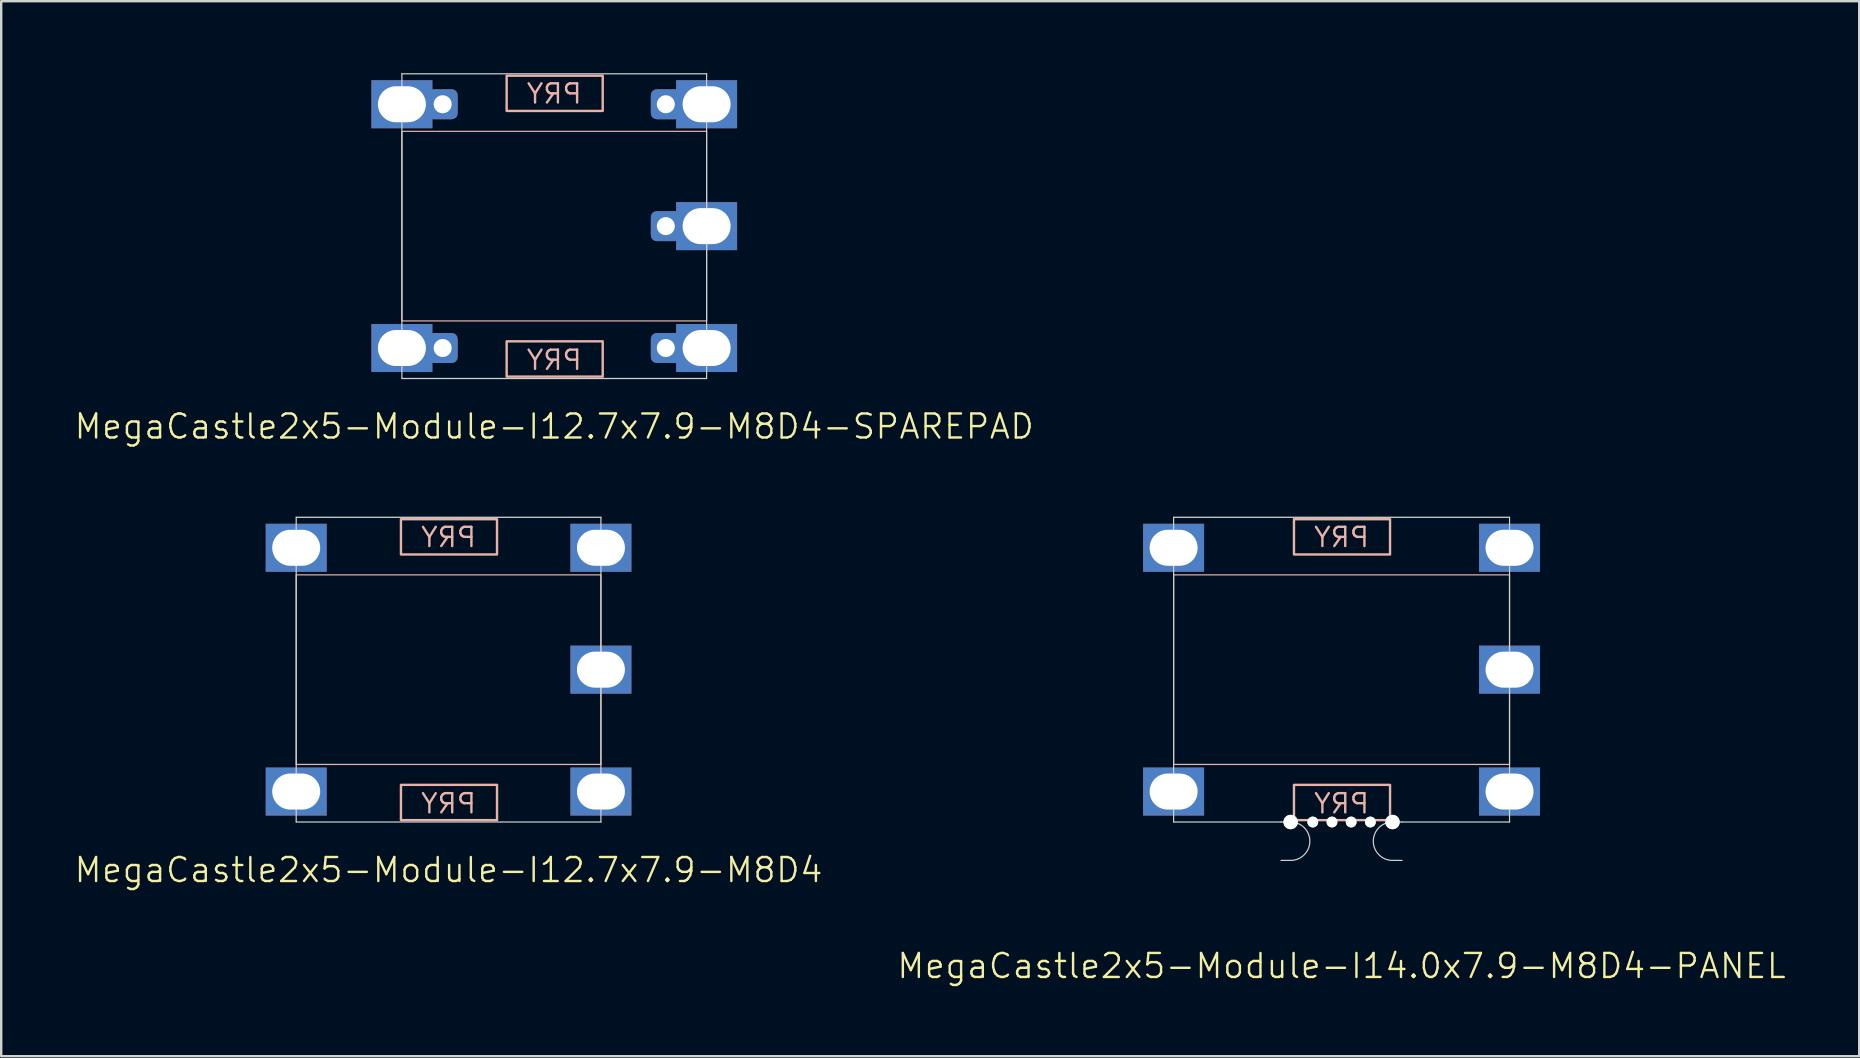
<source format=kicad_pcb>
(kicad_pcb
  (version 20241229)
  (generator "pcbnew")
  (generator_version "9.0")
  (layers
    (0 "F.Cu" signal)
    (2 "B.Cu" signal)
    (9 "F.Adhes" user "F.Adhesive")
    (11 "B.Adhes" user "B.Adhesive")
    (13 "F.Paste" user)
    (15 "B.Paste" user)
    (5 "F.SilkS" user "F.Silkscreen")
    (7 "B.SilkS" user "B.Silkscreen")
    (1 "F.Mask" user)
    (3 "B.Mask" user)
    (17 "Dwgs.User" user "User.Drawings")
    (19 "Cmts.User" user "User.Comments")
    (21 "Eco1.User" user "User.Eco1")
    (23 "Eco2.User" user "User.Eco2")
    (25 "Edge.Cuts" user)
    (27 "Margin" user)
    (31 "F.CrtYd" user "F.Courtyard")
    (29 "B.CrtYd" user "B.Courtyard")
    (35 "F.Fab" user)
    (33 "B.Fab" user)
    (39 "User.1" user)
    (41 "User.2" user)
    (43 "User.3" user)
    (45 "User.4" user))
  (footprint "MegaCastle2x5-Module-I12.7x7.9-M8D4-SPAREPAD"
    (layer "F.Cu")
    (at 20.05 6.375)
    (property "Reference" "MegaCastle2x5-Module-I12.7x7.9-M8D4-SPAREPAD" (at 0 8.35 0) (unlocked yes) (layer "F.SilkS") (effects (font (size 1 1) (thickness 0.1))))
    (attr smd)
    (fp_rect (start -6.35 3.95) (end 6.35 -3.95) (stroke (width 0.05) (type default)) (fill no) (layer "B.SilkS"))
    (fp_rect (start -1.984 -4.801) (end 2.02 -6.27) (stroke (width 0.1) (type default)) (fill no) (layer "B.SilkS"))
    (fp_rect (start -1.984 4.801) (end 2.02 6.27) (stroke (width 0.1) (type default)) (fill no) (layer "B.SilkS"))
    (fp_line (start -6.35 -6.35) (end -6.35 6.35) (stroke (width 0.05) (type default)) (layer "Edge.Cuts"))
    (fp_line (start -6.35 -6.35) (end 6.35 -6.35) (stroke (width 0.05) (type default)) (layer "Edge.Cuts"))
    (fp_line (start -6.35 6.35) (end 6.35 6.35) (stroke (width 0.05) (type default)) (layer "Edge.Cuts"))
    (fp_line (start 6.35 -6.35) (end 6.35 6.35) (stroke (width 0.05) (type default)) (layer "Edge.Cuts"))
    (fp_text user "PRY" (at 0 -5.05 0) (unlocked yes) (layer "B.SilkS") (effects (font (size 0.8 0.8) (thickness 0.1)) (justify bottom mirror)))
    (fp_text user "PRY" (at 0 6.05 0) (unlocked yes) (layer "B.SilkS") (effects (font (size 0.8 0.8) (thickness 0.1)) (justify bottom mirror)))
    (pad "1" thru_hole rect (at -6.35 -5.08) (size 2.54 2) (drill oval 2 1.5) (property pad_prop_castellated) (layers "*.Cu" "*.Mask"))
    (pad "1" thru_hole roundrect (at -4.65 -5.08 180) (size 1.25 1.25) (drill 0.75) (layers "*.Cu" "*.Mask") (roundrect_rratio 0.2))
    (pad "5" thru_hole rect (at -6.35 5.08) (size 2.54 2) (drill oval 2 1.5) (property pad_prop_castellated) (layers "*.Cu" "*.Mask"))
    (pad "5" thru_hole roundrect (at -4.65 5.08 180) (size 1.25 1.25) (drill 0.75) (layers "*.Cu" "*.Mask") (roundrect_rratio 0.2))
    (pad "6" thru_hole roundrect (at 4.65 -5.08 180) (size 1.25 1.25) (drill 0.75) (layers "*.Cu" "*.Mask") (roundrect_rratio 0.2))
    (pad "6" thru_hole rect (at 6.35 -5.08) (size 2.54 2) (drill oval 2 1.5) (property pad_prop_castellated) (layers "*.Cu" "*.Mask"))
    (pad "8" thru_hole roundrect (at 4.65 0 180) (size 1.25 1.25) (drill 0.75) (layers "*.Cu" "*.Mask") (roundrect_rratio 0.2))
    (pad "8" thru_hole rect (at 6.35 0) (size 2.54 2) (drill oval 2 1.5) (property pad_prop_castellated) (layers "*.Cu" "*.Mask"))
    (pad "10" thru_hole roundrect (at 4.65 5.08 180) (size 1.25 1.25) (drill 0.75) (layers "*.Cu" "*.Mask") (roundrect_rratio 0.2))
    (pad "10" thru_hole rect (at 6.35 5.08) (size 2.54 2) (drill oval 2 1.5) (property pad_prop_castellated) (layers "*.Cu" "*.Mask"))
    (zone (net_name "") (layer "B.Cu") (hatch edge 0.5) (connect_pads) (min_thickness 0.25) (filled_areas_thickness no) (keepout (tracks allowed) (vias allowed) (pads allowed) (copperpour allowed) (footprints not_allowed)) (placement (enabled no)) (fill) (polygon (pts (xy 13.7 12.725) (xy 13.7 0.025))))
    (zone (net_name "") (layer "B.Cu") (hatch edge 0.5) (connect_pads) (min_thickness 0.25) (filled_areas_thickness no) (keepout (tracks allowed) (vias allowed) (pads allowed) (copperpour allowed) (footprints not_allowed)) (placement (enabled no)) (fill) (polygon (pts (xy 26.4 12.725) (xy 26.4 0.025))))
    (zone (net_name "") (layer "B.Cu") (hatch edge 0.5) (connect_pads) (min_thickness 0.25) (filled_areas_thickness no) (keepout (tracks allowed) (vias allowed) (pads allowed) (copperpour allowed) (footprints not_allowed)) (placement (enabled no)) (fill) (polygon (pts (xy 13.7 0.025) (xy 13.7 2.425) (xy 26.4 2.425) (xy 26.4 0.025))))
    (zone (net_name "") (layer "B.Cu") (hatch edge 0.5) (connect_pads) (min_thickness 0.25) (filled_areas_thickness no) (keepout (tracks allowed) (vias allowed) (pads allowed) (copperpour allowed) (footprints not_allowed)) (placement (enabled no)) (fill) (polygon (pts (xy 13.7 12.725) (xy 13.7 10.325) (xy 26.4 10.325) (xy 26.4 12.725))))
    (zone (net_name "") (layer "B.Cu") (name "Upper Pry Zone") (hatch edge 0.5) (connect_pads) (min_thickness 0.25) (filled_areas_thickness no) (keepout (tracks not_allowed) (vias not_allowed) (pads not_allowed) (copperpour allowed) (footprints not_allowed)) (placement (enabled no)) (fill) (polygon (pts (xy 18.066 1.574) (xy 18.066 0.105) (xy 22.07 0.105) (xy 22.07 1.574))))
    (zone (net_name "") (layer "B.Cu") (name "Upper Pry Zone") (hatch edge 0.5) (connect_pads) (min_thickness 0.25) (filled_areas_thickness no) (keepout (tracks not_allowed) (vias not_allowed) (pads not_allowed) (copperpour allowed) (footprints not_allowed)) (placement (enabled no)) (fill) (polygon (pts (xy 18.066 11.176) (xy 18.066 12.645) (xy 22.07 12.645) (xy 22.07 11.176)))))
  (footprint "MegaCastle2x5-Module-I12.7x7.9-M8D4"
    (layer "F.Cu")
    (at 15.645 24.86)
    (property "Reference" "MegaCastle2x5-Module-I12.7x7.9-M8D4" (at 0 8.35 0) (unlocked yes) (layer "F.SilkS") (effects (font (size 1 1) (thickness 0.1))))
    (attr smd)
    (fp_rect (start -6.35 3.95) (end 6.35 -3.95) (stroke (width 0.05) (type default)) (fill no) (layer "B.SilkS"))
    (fp_rect (start -1.984 -4.801) (end 2.02 -6.27) (stroke (width 0.1) (type default)) (fill no) (layer "B.SilkS"))
    (fp_rect (start -1.984 4.801) (end 2.02 6.27) (stroke (width 0.1) (type default)) (fill no) (layer "B.SilkS"))
    (fp_line (start -6.35 -6.35) (end -6.35 6.35) (stroke (width 0.05) (type default)) (layer "Edge.Cuts"))
    (fp_line (start -6.35 -6.35) (end 6.35 -6.35) (stroke (width 0.05) (type default)) (layer "Edge.Cuts"))
    (fp_line (start -6.35 6.35) (end 6.35 6.35) (stroke (width 0.05) (type default)) (layer "Edge.Cuts"))
    (fp_line (start 6.35 -6.35) (end 6.35 6.35) (stroke (width 0.05) (type default)) (layer "Edge.Cuts"))
    (fp_text user "PRY" (at 0 6.05 0) (unlocked yes) (layer "B.SilkS") (effects (font (size 0.8 0.8) (thickness 0.1)) (justify bottom mirror)))
    (fp_text user "PRY" (at 0 -5.05 0) (unlocked yes) (layer "B.SilkS") (effects (font (size 0.8 0.8) (thickness 0.1)) (justify bottom mirror)))
    (pad "1" thru_hole rect (at -6.35 -5.08) (size 2.54 2) (drill oval 2 1.5) (property pad_prop_castellated) (layers "*.Cu" "*.Mask"))
    (pad "5" thru_hole rect (at -6.35 5.08) (size 2.54 2) (drill oval 2 1.5) (property pad_prop_castellated) (layers "*.Cu" "*.Mask"))
    (pad "6" thru_hole rect (at 6.35 -5.08) (size 2.54 2) (drill oval 2 1.5) (property pad_prop_castellated) (layers "*.Cu" "*.Mask"))
    (pad "8" thru_hole rect (at 6.35 0) (size 2.54 2) (drill oval 2 1.5) (property pad_prop_castellated) (layers "*.Cu" "*.Mask"))
    (pad "10" thru_hole rect (at 6.35 5.08) (size 2.54 2) (drill oval 2 1.5) (property pad_prop_castellated) (layers "*.Cu" "*.Mask"))
    (zone (net_name "") (layer "B.Cu") (hatch edge 0.5) (connect_pads) (min_thickness 0.25) (filled_areas_thickness no) (keepout (tracks allowed) (vias allowed) (pads allowed) (copperpour allowed) (footprints not_allowed)) (placement (enabled no)) (fill) (polygon (pts (xy 9.295 31.21) (xy 9.295 18.511))))
    (zone (net_name "") (layer "B.Cu") (hatch edge 0.5) (connect_pads) (min_thickness 0.25) (filled_areas_thickness no) (keepout (tracks allowed) (vias allowed) (pads allowed) (copperpour allowed) (footprints not_allowed)) (placement (enabled no)) (fill) (polygon (pts (xy 21.995 31.21) (xy 21.995 18.511))))
    (zone (net_name "") (layer "B.Cu") (hatch edge 0.5) (connect_pads) (min_thickness 0.25) (filled_areas_thickness no) (keepout (tracks allowed) (vias allowed) (pads allowed) (copperpour allowed) (footprints not_allowed)) (placement (enabled no)) (fill) (polygon (pts (xy 9.295 18.511) (xy 9.295 20.91) (xy 21.995 20.91) (xy 21.995 18.511))))
    (zone (net_name "") (layer "B.Cu") (hatch edge 0.5) (connect_pads) (min_thickness 0.25) (filled_areas_thickness no) (keepout (tracks allowed) (vias allowed) (pads allowed) (copperpour allowed) (footprints not_allowed)) (placement (enabled no)) (fill) (polygon (pts (xy 9.295 31.21) (xy 9.295 28.811) (xy 21.995 28.811) (xy 21.995 31.21))))
    (zone (net_name "") (layer "B.Cu") (name "Upper Pry Zone") (hatch edge 0.5) (connect_pads) (min_thickness 0.25) (filled_areas_thickness no) (keepout (tracks not_allowed) (vias not_allowed) (pads not_allowed) (copperpour allowed) (footprints not_allowed)) (placement (enabled no)) (fill) (polygon (pts (xy 13.661 20.059) (xy 13.661 18.59) (xy 17.665 18.59) (xy 17.665 20.059))))
    (zone (net_name "") (layer "B.Cu") (name "Upper Pry Zone") (hatch edge 0.5) (connect_pads) (min_thickness 0.25) (filled_areas_thickness no) (keepout (tracks not_allowed) (vias not_allowed) (pads not_allowed) (copperpour allowed) (footprints not_allowed)) (placement (enabled no)) (fill) (polygon (pts (xy 13.661 29.662) (xy 13.661 31.131) (xy 17.665 31.131) (xy 17.665 29.662)))))
  (footprint "MegaCastle2x5-Module-I14.0x7.9-M8D4-PANEL"
    (layer "F.Cu")
    (at 52.864 24.86)
    (property "Reference" "MegaCastle2x5-Module-I14.0x7.9-M8D4-PANEL" (at 0 12.35 0) (unlocked yes) (layer "F.SilkS") (effects (font (size 1 1) (thickness 0.1))))
    (attr smd)
    (fp_rect (start -7 3.95) (end 7 -3.95) (stroke (width 0.05) (type default)) (fill no) (layer "B.SilkS"))
    (fp_rect (start -1.984 -4.801) (end 2.02 -6.27) (stroke (width 0.1) (type default)) (fill no) (layer "B.SilkS"))
    (fp_rect (start -1.984 4.801) (end 2.02 6.27) (stroke (width 0.1) (type default)) (fill no) (layer "B.SilkS"))
    (fp_line (start -7 -6.35) (end -7 6.35) (stroke (width 0.05) (type default)) (layer "Edge.Cuts"))
    (fp_line (start -7 -6.35) (end 7 -6.35) (stroke (width 0.05) (type default)) (layer "Edge.Cuts"))
    (fp_line (start -7 6.35) (end -2.522 6.35) (stroke (width 0.05) (type default)) (layer "Edge.Cuts"))
    (fp_line (start -2.522 6.35) (end -2.123 6.35) (stroke (width 0.05) (type default)) (layer "Edge.Cuts"))
    (fp_line (start -2.522 7.95) (end -2.123 7.95) (stroke (width 0.05) (type default)) (layer "Edge.Cuts"))
    (fp_line (start 2.522 6.35) (end 2.123 6.35) (stroke (width 0.05) (type default)) (layer "Edge.Cuts"))
    (fp_line (start 2.522 6.35) (end 7 6.35) (stroke (width 0.05) (type default)) (layer "Edge.Cuts"))
    (fp_line (start 2.522 7.95) (end 2.123 7.95) (stroke (width 0.05) (type default)) (layer "Edge.Cuts"))
    (fp_line (start 7 -6.35) (end 7 6.35) (stroke (width 0.05) (type default)) (layer "Edge.Cuts"))
    (fp_arc (start -2.1225 6.35) (mid -1.3225 7.15) (end -2.1225 7.95) (stroke (width 0.05) (type default)) (layer "Edge.Cuts"))
    (fp_arc (start 2.1225 7.95) (mid 1.3225 7.15) (end 2.1225 6.35) (stroke (width 0.05) (type default)) (layer "Edge.Cuts"))
    (fp_text user "PRY" (at 0 6.05 0) (unlocked yes) (layer "B.SilkS") (effects (font (size 0.8 0.8) (thickness 0.1)) (justify bottom mirror)))
    (fp_text user "PRY" (at 0 -5.05 0) (unlocked yes) (layer "B.SilkS") (effects (font (size 0.8 0.8) (thickness 0.1)) (justify bottom mirror)))
    (pad "" np_thru_hole circle (at -2.123 6.35) (size 0.6 0.6) (drill 0.6) (layers "*.Cu" "Edge.Cuts"))
    (pad "" np_thru_hole circle (at -1.2 6.35) (size 0.45 0.45) (drill 0.45) (layers "*.Cu" "Edge.Cuts"))
    (pad "" np_thru_hole circle (at -0.4 6.35) (size 0.45 0.45) (drill 0.45) (layers "*.Cu" "Edge.Cuts"))
    (pad "" np_thru_hole circle (at 0.4 6.35) (size 0.45 0.45) (drill 0.45) (layers "*.Cu" "Edge.Cuts"))
    (pad "" np_thru_hole circle (at 1.2 6.35) (size 0.45 0.45) (drill 0.45) (layers "*.Cu" "Edge.Cuts"))
    (pad "" np_thru_hole circle (at 2.123 6.35) (size 0.6 0.6) (drill 0.6) (layers "*.Cu" "Edge.Cuts"))
    (pad "1" thru_hole rect (at -7 -5.08) (size 2.54 2) (drill oval 2 1.5) (property pad_prop_castellated) (layers "*.Cu" "*.Mask"))
    (pad "5" thru_hole rect (at -7 5.08) (size 2.54 2) (drill oval 2 1.5) (property pad_prop_castellated) (layers "*.Cu" "*.Mask"))
    (pad "6" thru_hole rect (at 7 -5.08) (size 2.54 2) (drill oval 2 1.5) (property pad_prop_castellated) (layers "*.Cu" "*.Mask"))
    (pad "8" thru_hole rect (at 7 0) (size 2.54 2) (drill oval 2 1.5) (property pad_prop_castellated) (layers "*.Cu" "*.Mask"))
    (pad "10" thru_hole rect (at 7 5.08) (size 2.54 2) (drill oval 2 1.5) (property pad_prop_castellated) (layers "*.Cu" "*.Mask"))
    (zone (net_name "") (layer "B.Cu") (hatch edge 0.5) (connect_pads) (min_thickness 0.25) (filled_areas_thickness no) (keepout (tracks allowed) (vias allowed) (pads allowed) (copperpour allowed) (footprints not_allowed)) (placement (enabled no)) (fill) (polygon (pts (xy 45.864 31.21) (xy 45.864 18.511))))
    (zone (net_name "") (layer "B.Cu") (hatch edge 0.5) (connect_pads) (min_thickness 0.25) (filled_areas_thickness no) (keepout (tracks allowed) (vias allowed) (pads allowed) (copperpour allowed) (footprints not_allowed)) (placement (enabled no)) (fill) (polygon (pts (xy 59.864 31.21) (xy 59.864 18.511))))
    (zone (net_name "") (layer "B.Cu") (hatch edge 0.5) (connect_pads) (min_thickness 0.25) (filled_areas_thickness no) (keepout (tracks allowed) (vias allowed) (pads allowed) (copperpour allowed) (footprints not_allowed)) (placement (enabled no)) (fill) (polygon (pts (xy 45.864 18.511) (xy 45.864 20.91) (xy 59.864 20.91) (xy 59.864 18.511))))
    (zone (net_name "") (layer "B.Cu") (hatch edge 0.5) (connect_pads) (min_thickness 0.25) (filled_areas_thickness no) (keepout (tracks allowed) (vias allowed) (pads allowed) (copperpour allowed) (footprints not_allowed)) (placement (enabled no)) (fill) (polygon (pts (xy 45.864 31.21) (xy 45.864 28.811) (xy 59.864 28.811) (xy 59.864 31.21))))
    (zone (net_name "") (layer "B.Cu") (name "Upper Pry Zone") (hatch edge 0.5) (connect_pads) (min_thickness 0.25) (filled_areas_thickness no) (keepout (tracks not_allowed) (vias not_allowed) (pads not_allowed) (copperpour allowed) (footprints not_allowed)) (placement (enabled no)) (fill) (polygon (pts (xy 50.88 20.059) (xy 50.88 18.59) (xy 54.884 18.59) (xy 54.884 20.059))))
    (zone (net_name "") (layer "B.Cu") (name "Upper Pry Zone") (hatch edge 0.5) (connect_pads) (min_thickness 0.25) (filled_areas_thickness no) (keepout (tracks not_allowed) (vias not_allowed) (pads not_allowed) (copperpour allowed) (footprints not_allowed)) (placement (enabled no)) (fill) (polygon (pts (xy 50.88 29.662) (xy 50.88 31.131) (xy 54.884 31.131) (xy 54.884 29.662)))))
  (gr_rect
    (start -3 -3)
    (end 74.438 40.971)
    (stroke (width 0.1) (type default))
    (fill no)
    (layer "Edge.Cuts")))
</source>
